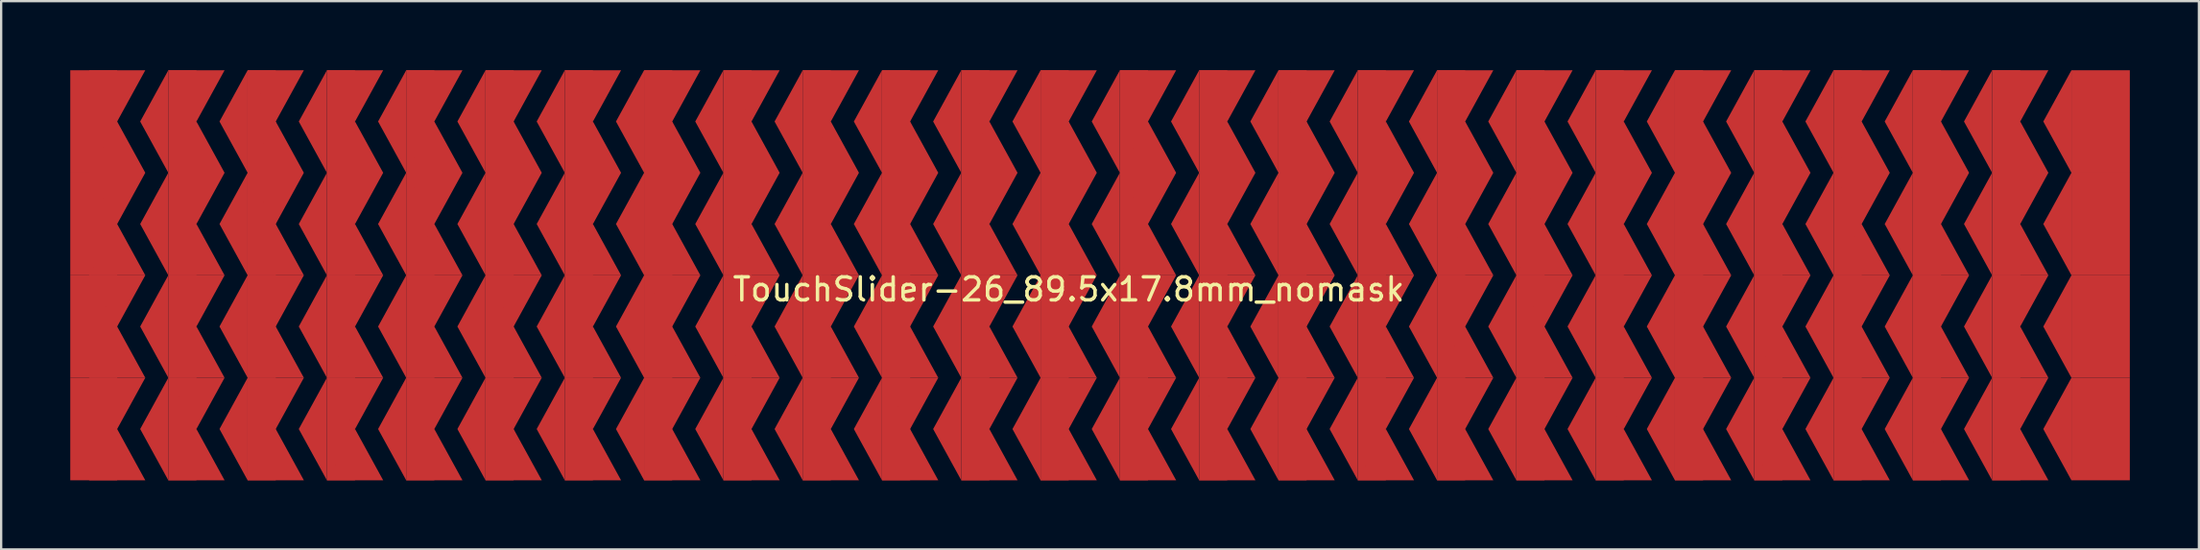
<source format=kicad_pcb>
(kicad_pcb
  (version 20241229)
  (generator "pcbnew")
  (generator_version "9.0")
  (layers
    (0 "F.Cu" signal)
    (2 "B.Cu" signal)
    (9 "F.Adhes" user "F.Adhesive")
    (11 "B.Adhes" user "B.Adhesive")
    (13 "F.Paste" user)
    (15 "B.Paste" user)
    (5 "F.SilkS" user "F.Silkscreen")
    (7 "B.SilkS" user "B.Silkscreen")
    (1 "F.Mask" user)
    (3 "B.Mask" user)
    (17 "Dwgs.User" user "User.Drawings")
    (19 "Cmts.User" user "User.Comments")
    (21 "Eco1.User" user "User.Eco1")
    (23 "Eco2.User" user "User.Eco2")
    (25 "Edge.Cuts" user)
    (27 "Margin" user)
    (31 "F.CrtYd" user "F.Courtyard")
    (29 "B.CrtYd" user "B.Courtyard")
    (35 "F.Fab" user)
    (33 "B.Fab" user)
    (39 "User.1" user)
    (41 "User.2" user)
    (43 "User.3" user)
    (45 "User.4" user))
  (footprint "TouchSlider-26_89.5x17.8mm_nomask"
    (layer "F.Cu")
    (at 44.454 8.9)
    (property "Reference" "TouchSlider-26_89.5x17.8mm_nomask" (at -1.111 0.613 0) (unlocked yes) (layer "F.SilkS") (effects (font (size 1 1) (thickness 0.15))))
    (attr smd)
    (pad "1" smd rect (at -43.436 -6.675) (size 2.035 4.45) (layers "F.Cu"))
    (pad "1" smd rect (at -43.436 -2.225) (size 2.035 4.45) (layers "F.Cu"))
    (pad "1" smd rect (at -43.436 2.225) (size 2.035 4.45) (layers "F.Cu"))
    (pad "1" smd rect (at -43.436 6.675) (size 2.035 4.45) (layers "F.Cu"))
    (pad "1" smd trapezoid (at -42.418 -7.787) (size 1.221 2.225) (rect_delta 0 -1.221) (layers "F.Cu"))
    (pad "1" smd trapezoid (at -42.418 -5.562) (size 1.221 2.225) (rect_delta 0 1.221) (layers "F.Cu"))
    (pad "1" smd trapezoid (at -42.418 -3.337) (size 1.221 2.225) (rect_delta 0 -1.221) (layers "F.Cu"))
    (pad "1" smd trapezoid (at -42.418 -1.113) (size 1.221 2.225) (rect_delta 0 1.221) (layers "F.Cu"))
    (pad "1" smd trapezoid (at -42.418 1.113) (size 1.221 2.225) (rect_delta 0 -1.221) (layers "F.Cu"))
    (pad "1" smd trapezoid (at -42.418 3.337) (size 1.221 2.225) (rect_delta 0 1.221) (layers "F.Cu"))
    (pad "1" smd trapezoid (at -42.418 5.562) (size 1.221 2.225) (rect_delta 0 -1.221) (layers "F.Cu"))
    (pad "1" smd trapezoid (at -42.418 7.787) (size 1.221 2.225) (rect_delta 0 1.221) (layers "F.Cu"))
    (pad "2" smd trapezoid (at -40.808 -6.675) (size 1.221 2.225) (rect_delta -2.225 0) (layers "F.Cu"))
    (pad "2" smd trapezoid (at -40.808 -2.225) (size 1.221 2.225) (rect_delta -2.225 0) (layers "F.Cu"))
    (pad "2" smd trapezoid (at -40.808 2.225) (size 1.221 2.225) (rect_delta -2.225 0) (layers "F.Cu"))
    (pad "2" smd trapezoid (at -40.808 6.675) (size 1.221 2.225) (rect_delta -2.225 0) (layers "F.Cu"))
    (pad "2" smd rect (at -39.587 -6.675) (size 1.221 4.45) (layers "F.Cu"))
    (pad "2" smd rect (at -39.587 -2.225) (size 1.221 4.45) (layers "F.Cu"))
    (pad "2" smd rect (at -39.587 2.225) (size 1.221 4.45) (layers "F.Cu"))
    (pad "2" smd rect (at -39.587 6.675) (size 1.221 4.45) (layers "F.Cu"))
    (pad "2" smd trapezoid (at -38.976 -7.787) (size 1.221 2.225) (rect_delta 0 -1.221) (layers "F.Cu"))
    (pad "2" smd trapezoid (at -38.976 -5.562) (size 1.221 2.225) (rect_delta 0 1.221) (layers "F.Cu"))
    (pad "2" smd trapezoid (at -38.976 -3.337) (size 1.221 2.225) (rect_delta 0 -1.221) (layers "F.Cu"))
    (pad "2" smd trapezoid (at -38.976 -1.113) (size 1.221 2.225) (rect_delta 0 1.221) (layers "F.Cu"))
    (pad "2" smd trapezoid (at -38.976 1.113) (size 1.221 2.225) (rect_delta 0 -1.221) (layers "F.Cu"))
    (pad "2" smd trapezoid (at -38.976 3.337) (size 1.221 2.225) (rect_delta 0 1.221) (layers "F.Cu"))
    (pad "2" smd trapezoid (at -38.976 5.562) (size 1.221 2.225) (rect_delta 0 -1.221) (layers "F.Cu"))
    (pad "2" smd trapezoid (at -38.976 7.787) (size 1.221 2.225) (rect_delta 0 1.221) (layers "F.Cu"))
    (pad "3" smd trapezoid (at -37.365 -6.675) (size 1.221 2.225) (rect_delta -2.225 0) (layers "F.Cu"))
    (pad "3" smd trapezoid (at -37.365 -2.225) (size 1.221 2.225) (rect_delta -2.225 0) (layers "F.Cu"))
    (pad "3" smd trapezoid (at -37.365 2.225) (size 1.221 2.225) (rect_delta -2.225 0) (layers "F.Cu"))
    (pad "3" smd trapezoid (at -37.365 6.675) (size 1.221 2.225) (rect_delta -2.225 0) (layers "F.Cu"))
    (pad "3" smd rect (at -36.144 -6.675) (size 1.221 4.45) (layers "F.Cu"))
    (pad "3" smd rect (at -36.144 -2.225) (size 1.221 4.45) (layers "F.Cu"))
    (pad "3" smd rect (at -36.144 2.225) (size 1.221 4.45) (layers "F.Cu"))
    (pad "3" smd rect (at -36.144 6.675) (size 1.221 4.45) (layers "F.Cu"))
    (pad "3" smd trapezoid (at -35.534 -7.787) (size 1.221 2.225) (rect_delta 0 -1.221) (layers "F.Cu"))
    (pad "3" smd trapezoid (at -35.534 -5.562) (size 1.221 2.225) (rect_delta 0 1.221) (layers "F.Cu"))
    (pad "3" smd trapezoid (at -35.534 -3.337) (size 1.221 2.225) (rect_delta 0 -1.221) (layers "F.Cu"))
    (pad "3" smd trapezoid (at -35.534 -1.113) (size 1.221 2.225) (rect_delta 0 1.221) (layers "F.Cu"))
    (pad "3" smd trapezoid (at -35.534 1.113) (size 1.221 2.225) (rect_delta 0 -1.221) (layers "F.Cu"))
    (pad "3" smd trapezoid (at -35.534 3.337) (size 1.221 2.225) (rect_delta 0 1.221) (layers "F.Cu"))
    (pad "3" smd trapezoid (at -35.534 5.562) (size 1.221 2.225) (rect_delta 0 -1.221) (layers "F.Cu"))
    (pad "3" smd trapezoid (at -35.534 7.787) (size 1.221 2.225) (rect_delta 0 1.221) (layers "F.Cu"))
    (pad "4" smd trapezoid (at -33.923 -6.675) (size 1.221 2.225) (rect_delta -2.225 0) (layers "F.Cu"))
    (pad "4" smd trapezoid (at -33.923 -2.225) (size 1.221 2.225) (rect_delta -2.225 0) (layers "F.Cu"))
    (pad "4" smd trapezoid (at -33.923 2.225) (size 1.221 2.225) (rect_delta -2.225 0) (layers "F.Cu"))
    (pad "4" smd trapezoid (at -33.923 6.675) (size 1.221 2.225) (rect_delta -2.225 0) (layers "F.Cu"))
    (pad "4" smd rect (at -32.702 -6.675) (size 1.221 4.45) (layers "F.Cu"))
    (pad "4" smd rect (at -32.702 -2.225) (size 1.221 4.45) (layers "F.Cu"))
    (pad "4" smd rect (at -32.702 2.225) (size 1.221 4.45) (layers "F.Cu"))
    (pad "4" smd rect (at -32.702 6.675) (size 1.221 4.45) (layers "F.Cu"))
    (pad "4" smd trapezoid (at -32.091 -7.787) (size 1.221 2.225) (rect_delta 0 -1.221) (layers "F.Cu"))
    (pad "4" smd trapezoid (at -32.091 -5.562) (size 1.221 2.225) (rect_delta 0 1.221) (layers "F.Cu"))
    (pad "4" smd trapezoid (at -32.091 -3.337) (size 1.221 2.225) (rect_delta 0 -1.221) (layers "F.Cu"))
    (pad "4" smd trapezoid (at -32.091 -1.113) (size 1.221 2.225) (rect_delta 0 1.221) (layers "F.Cu"))
    (pad "4" smd trapezoid (at -32.091 1.113) (size 1.221 2.225) (rect_delta 0 -1.221) (layers "F.Cu"))
    (pad "4" smd trapezoid (at -32.091 3.337) (size 1.221 2.225) (rect_delta 0 1.221) (layers "F.Cu"))
    (pad "4" smd trapezoid (at -32.091 5.562) (size 1.221 2.225) (rect_delta 0 -1.221) (layers "F.Cu"))
    (pad "4" smd trapezoid (at -32.091 7.787) (size 1.221 2.225) (rect_delta 0 1.221) (layers "F.Cu"))
    (pad "5" smd trapezoid (at -30.481 -6.675) (size 1.221 2.225) (rect_delta -2.225 0) (layers "F.Cu"))
    (pad "5" smd trapezoid (at -30.481 -2.225) (size 1.221 2.225) (rect_delta -2.225 0) (layers "F.Cu"))
    (pad "5" smd trapezoid (at -30.481 2.225) (size 1.221 2.225) (rect_delta -2.225 0) (layers "F.Cu"))
    (pad "5" smd trapezoid (at -30.481 6.675) (size 1.221 2.225) (rect_delta -2.225 0) (layers "F.Cu"))
    (pad "5" smd rect (at -29.26 -6.675) (size 1.221 4.45) (layers "F.Cu"))
    (pad "5" smd rect (at -29.26 -2.225) (size 1.221 4.45) (layers "F.Cu"))
    (pad "5" smd rect (at -29.26 2.225) (size 1.221 4.45) (layers "F.Cu"))
    (pad "5" smd rect (at -29.26 6.675) (size 1.221 4.45) (layers "F.Cu"))
    (pad "5" smd trapezoid (at -28.649 -7.787) (size 1.221 2.225) (rect_delta 0 -1.221) (layers "F.Cu"))
    (pad "5" smd trapezoid (at -28.649 -5.562) (size 1.221 2.225) (rect_delta 0 1.221) (layers "F.Cu"))
    (pad "5" smd trapezoid (at -28.649 -3.337) (size 1.221 2.225) (rect_delta 0 -1.221) (layers "F.Cu"))
    (pad "5" smd trapezoid (at -28.649 -1.113) (size 1.221 2.225) (rect_delta 0 1.221) (layers "F.Cu"))
    (pad "5" smd trapezoid (at -28.649 1.113) (size 1.221 2.225) (rect_delta 0 -1.221) (layers "F.Cu"))
    (pad "5" smd trapezoid (at -28.649 3.337) (size 1.221 2.225) (rect_delta 0 1.221) (layers "F.Cu"))
    (pad "5" smd trapezoid (at -28.649 5.562) (size 1.221 2.225) (rect_delta 0 -1.221) (layers "F.Cu"))
    (pad "5" smd trapezoid (at -28.649 7.787) (size 1.221 2.225) (rect_delta 0 1.221) (layers "F.Cu"))
    (pad "6" smd trapezoid (at -27.038 -6.675) (size 1.221 2.225) (rect_delta -2.225 0) (layers "F.Cu"))
    (pad "6" smd trapezoid (at -27.038 -2.225) (size 1.221 2.225) (rect_delta -2.225 0) (layers "F.Cu"))
    (pad "6" smd trapezoid (at -27.038 2.225) (size 1.221 2.225) (rect_delta -2.225 0) (layers "F.Cu"))
    (pad "6" smd trapezoid (at -27.038 6.675) (size 1.221 2.225) (rect_delta -2.225 0) (layers "F.Cu"))
    (pad "6" smd rect (at -25.817 -6.675) (size 1.221 4.45) (layers "F.Cu"))
    (pad "6" smd rect (at -25.817 -2.225) (size 1.221 4.45) (layers "F.Cu"))
    (pad "6" smd rect (at -25.817 2.225) (size 1.221 4.45) (layers "F.Cu"))
    (pad "6" smd rect (at -25.817 6.675) (size 1.221 4.45) (layers "F.Cu"))
    (pad "6" smd trapezoid (at -25.207 -7.787) (size 1.221 2.225) (rect_delta 0 -1.221) (layers "F.Cu"))
    (pad "6" smd trapezoid (at -25.207 -5.562) (size 1.221 2.225) (rect_delta 0 1.221) (layers "F.Cu"))
    (pad "6" smd trapezoid (at -25.207 -3.337) (size 1.221 2.225) (rect_delta 0 -1.221) (layers "F.Cu"))
    (pad "6" smd trapezoid (at -25.207 -1.113) (size 1.221 2.225) (rect_delta 0 1.221) (layers "F.Cu"))
    (pad "6" smd trapezoid (at -25.207 1.113) (size 1.221 2.225) (rect_delta 0 -1.221) (layers "F.Cu"))
    (pad "6" smd trapezoid (at -25.207 3.337) (size 1.221 2.225) (rect_delta 0 1.221) (layers "F.Cu"))
    (pad "6" smd trapezoid (at -25.207 5.562) (size 1.221 2.225) (rect_delta 0 -1.221) (layers "F.Cu"))
    (pad "6" smd trapezoid (at -25.207 7.787) (size 1.221 2.225) (rect_delta 0 1.221) (layers "F.Cu"))
    (pad "7" smd trapezoid (at -23.596 -6.675) (size 1.221 2.225) (rect_delta -2.225 0) (layers "F.Cu"))
    (pad "7" smd trapezoid (at -23.596 -2.225) (size 1.221 2.225) (rect_delta -2.225 0) (layers "F.Cu"))
    (pad "7" smd trapezoid (at -23.596 2.225) (size 1.221 2.225) (rect_delta -2.225 0) (layers "F.Cu"))
    (pad "7" smd trapezoid (at -23.596 6.675) (size 1.221 2.225) (rect_delta -2.225 0) (layers "F.Cu"))
    (pad "7" smd rect (at -22.375 -6.675) (size 1.221 4.45) (layers "F.Cu"))
    (pad "7" smd rect (at -22.375 -2.225) (size 1.221 4.45) (layers "F.Cu"))
    (pad "7" smd rect (at -22.375 2.225) (size 1.221 4.45) (layers "F.Cu"))
    (pad "7" smd rect (at -22.375 6.675) (size 1.221 4.45) (layers "F.Cu"))
    (pad "7" smd trapezoid (at -21.764 -7.787) (size 1.221 2.225) (rect_delta 0 -1.221) (layers "F.Cu"))
    (pad "7" smd trapezoid (at -21.764 -5.562) (size 1.221 2.225) (rect_delta 0 1.221) (layers "F.Cu"))
    (pad "7" smd trapezoid (at -21.764 -3.337) (size 1.221 2.225) (rect_delta 0 -1.221) (layers "F.Cu"))
    (pad "7" smd trapezoid (at -21.764 -1.113) (size 1.221 2.225) (rect_delta 0 1.221) (layers "F.Cu"))
    (pad "7" smd trapezoid (at -21.764 1.113) (size 1.221 2.225) (rect_delta 0 -1.221) (layers "F.Cu"))
    (pad "7" smd trapezoid (at -21.764 3.337) (size 1.221 2.225) (rect_delta 0 1.221) (layers "F.Cu"))
    (pad "7" smd trapezoid (at -21.764 5.562) (size 1.221 2.225) (rect_delta 0 -1.221) (layers "F.Cu"))
    (pad "7" smd trapezoid (at -21.764 7.787) (size 1.221 2.225) (rect_delta 0 1.221) (layers "F.Cu"))
    (pad "8" smd trapezoid (at -20.154 -6.675) (size 1.221 2.225) (rect_delta -2.225 0) (layers "F.Cu"))
    (pad "8" smd trapezoid (at -20.154 -2.225) (size 1.221 2.225) (rect_delta -2.225 0) (layers "F.Cu"))
    (pad "8" smd trapezoid (at -20.154 2.225) (size 1.221 2.225) (rect_delta -2.225 0) (layers "F.Cu"))
    (pad "8" smd trapezoid (at -20.154 6.675) (size 1.221 2.225) (rect_delta -2.225 0) (layers "F.Cu"))
    (pad "8" smd rect (at -18.933 -6.675) (size 1.221 4.45) (layers "F.Cu"))
    (pad "8" smd rect (at -18.933 -2.225) (size 1.221 4.45) (layers "F.Cu"))
    (pad "8" smd rect (at -18.933 2.225) (size 1.221 4.45) (layers "F.Cu"))
    (pad "8" smd rect (at -18.933 6.675) (size 1.221 4.45) (layers "F.Cu"))
    (pad "8" smd trapezoid (at -18.322 -7.787) (size 1.221 2.225) (rect_delta 0 -1.221) (layers "F.Cu"))
    (pad "8" smd trapezoid (at -18.322 -5.562) (size 1.221 2.225) (rect_delta 0 1.221) (layers "F.Cu"))
    (pad "8" smd trapezoid (at -18.322 -3.337) (size 1.221 2.225) (rect_delta 0 -1.221) (layers "F.Cu"))
    (pad "8" smd trapezoid (at -18.322 -1.113) (size 1.221 2.225) (rect_delta 0 1.221) (layers "F.Cu"))
    (pad "8" smd trapezoid (at -18.322 1.113) (size 1.221 2.225) (rect_delta 0 -1.221) (layers "F.Cu"))
    (pad "8" smd trapezoid (at -18.322 3.337) (size 1.221 2.225) (rect_delta 0 1.221) (layers "F.Cu"))
    (pad "8" smd trapezoid (at -18.322 5.562) (size 1.221 2.225) (rect_delta 0 -1.221) (layers "F.Cu"))
    (pad "8" smd trapezoid (at -18.322 7.787) (size 1.221 2.225) (rect_delta 0 1.221) (layers "F.Cu"))
    (pad "9" smd trapezoid (at -16.712 -6.675) (size 1.221 2.225) (rect_delta -2.225 0) (layers "F.Cu"))
    (pad "9" smd trapezoid (at -16.712 -2.225) (size 1.221 2.225) (rect_delta -2.225 0) (layers "F.Cu"))
    (pad "9" smd trapezoid (at -16.712 2.225) (size 1.221 2.225) (rect_delta -2.225 0) (layers "F.Cu"))
    (pad "9" smd trapezoid (at -16.712 6.675) (size 1.221 2.225) (rect_delta -2.225 0) (layers "F.Cu"))
    (pad "9" smd rect (at -15.49 -6.675) (size 1.221 4.45) (layers "F.Cu"))
    (pad "9" smd rect (at -15.49 -2.225) (size 1.221 4.45) (layers "F.Cu"))
    (pad "9" smd rect (at -15.49 2.225) (size 1.221 4.45) (layers "F.Cu"))
    (pad "9" smd rect (at -15.49 6.675) (size 1.221 4.45) (layers "F.Cu"))
    (pad "9" smd trapezoid (at -14.88 -7.787) (size 1.221 2.225) (rect_delta 0 -1.221) (layers "F.Cu"))
    (pad "9" smd trapezoid (at -14.88 -5.562) (size 1.221 2.225) (rect_delta 0 1.221) (layers "F.Cu"))
    (pad "9" smd trapezoid (at -14.88 -3.337) (size 1.221 2.225) (rect_delta 0 -1.221) (layers "F.Cu"))
    (pad "9" smd trapezoid (at -14.88 -1.113) (size 1.221 2.225) (rect_delta 0 1.221) (layers "F.Cu"))
    (pad "9" smd trapezoid (at -14.88 1.113) (size 1.221 2.225) (rect_delta 0 -1.221) (layers "F.Cu"))
    (pad "9" smd trapezoid (at -14.88 3.337) (size 1.221 2.225) (rect_delta 0 1.221) (layers "F.Cu"))
    (pad "9" smd trapezoid (at -14.88 5.562) (size 1.221 2.225) (rect_delta 0 -1.221) (layers "F.Cu"))
    (pad "9" smd trapezoid (at -14.88 7.787) (size 1.221 2.225) (rect_delta 0 1.221) (layers "F.Cu"))
    (pad "10" smd trapezoid (at -13.269 -6.675) (size 1.221 2.225) (rect_delta -2.225 0) (layers "F.Cu"))
    (pad "10" smd trapezoid (at -13.269 -2.225) (size 1.221 2.225) (rect_delta -2.225 0) (layers "F.Cu"))
    (pad "10" smd trapezoid (at -13.269 2.225) (size 1.221 2.225) (rect_delta -2.225 0) (layers "F.Cu"))
    (pad "10" smd trapezoid (at -13.269 6.675) (size 1.221 2.225) (rect_delta -2.225 0) (layers "F.Cu"))
    (pad "10" smd rect (at -12.048 -6.675) (size 1.221 4.45) (layers "F.Cu"))
    (pad "10" smd rect (at -12.048 -2.225) (size 1.221 4.45) (layers "F.Cu"))
    (pad "10" smd rect (at -12.048 2.225) (size 1.221 4.45) (layers "F.Cu"))
    (pad "10" smd rect (at -12.048 6.675) (size 1.221 4.45) (layers "F.Cu"))
    (pad "10" smd trapezoid (at -11.437 -7.787) (size 1.221 2.225) (rect_delta 0 -1.221) (layers "F.Cu"))
    (pad "10" smd trapezoid (at -11.437 -5.562) (size 1.221 2.225) (rect_delta 0 1.221) (layers "F.Cu"))
    (pad "10" smd trapezoid (at -11.437 -3.337) (size 1.221 2.225) (rect_delta 0 -1.221) (layers "F.Cu"))
    (pad "10" smd trapezoid (at -11.437 -1.113) (size 1.221 2.225) (rect_delta 0 1.221) (layers "F.Cu"))
    (pad "10" smd trapezoid (at -11.437 1.113) (size 1.221 2.225) (rect_delta 0 -1.221) (layers "F.Cu"))
    (pad "10" smd trapezoid (at -11.437 3.337) (size 1.221 2.225) (rect_delta 0 1.221) (layers "F.Cu"))
    (pad "10" smd trapezoid (at -11.437 5.562) (size 1.221 2.225) (rect_delta 0 -1.221) (layers "F.Cu"))
    (pad "10" smd trapezoid (at -11.437 7.787) (size 1.221 2.225) (rect_delta 0 1.221) (layers "F.Cu"))
    (pad "11" smd trapezoid (at -9.827 -6.675) (size 1.221 2.225) (rect_delta -2.225 0) (layers "F.Cu"))
    (pad "11" smd trapezoid (at -9.827 -2.225) (size 1.221 2.225) (rect_delta -2.225 0) (layers "F.Cu"))
    (pad "11" smd trapezoid (at -9.827 2.225) (size 1.221 2.225) (rect_delta -2.225 0) (layers "F.Cu"))
    (pad "11" smd trapezoid (at -9.827 6.675) (size 1.221 2.225) (rect_delta -2.225 0) (layers "F.Cu"))
    (pad "11" smd rect (at -8.606 -6.675) (size 1.221 4.45) (layers "F.Cu"))
    (pad "11" smd rect (at -8.606 -2.225) (size 1.221 4.45) (layers "F.Cu"))
    (pad "11" smd rect (at -8.606 2.225) (size 1.221 4.45) (layers "F.Cu"))
    (pad "11" smd rect (at -8.606 6.675) (size 1.221 4.45) (layers "F.Cu"))
    (pad "11" smd trapezoid (at -7.995 -7.787) (size 1.221 2.225) (rect_delta 0 -1.221) (layers "F.Cu"))
    (pad "11" smd trapezoid (at -7.995 -5.562) (size 1.221 2.225) (rect_delta 0 1.221) (layers "F.Cu"))
    (pad "11" smd trapezoid (at -7.995 -3.337) (size 1.221 2.225) (rect_delta 0 -1.221) (layers "F.Cu"))
    (pad "11" smd trapezoid (at -7.995 -1.113) (size 1.221 2.225) (rect_delta 0 1.221) (layers "F.Cu"))
    (pad "11" smd trapezoid (at -7.995 1.113) (size 1.221 2.225) (rect_delta 0 -1.221) (layers "F.Cu"))
    (pad "11" smd trapezoid (at -7.995 3.337) (size 1.221 2.225) (rect_delta 0 1.221) (layers "F.Cu"))
    (pad "11" smd trapezoid (at -7.995 5.562) (size 1.221 2.225) (rect_delta 0 -1.221) (layers "F.Cu"))
    (pad "11" smd trapezoid (at -7.995 7.787) (size 1.221 2.225) (rect_delta 0 1.221) (layers "F.Cu"))
    (pad "12" smd trapezoid (at -6.385 -6.675) (size 1.221 2.225) (rect_delta -2.225 0) (layers "F.Cu"))
    (pad "12" smd trapezoid (at -6.385 -2.225) (size 1.221 2.225) (rect_delta -2.225 0) (layers "F.Cu"))
    (pad "12" smd trapezoid (at -6.385 2.225) (size 1.221 2.225) (rect_delta -2.225 0) (layers "F.Cu"))
    (pad "12" smd trapezoid (at -6.385 6.675) (size 1.221 2.225) (rect_delta -2.225 0) (layers "F.Cu"))
    (pad "12" smd rect (at -5.163 -6.675) (size 1.221 4.45) (layers "F.Cu"))
    (pad "12" smd rect (at -5.163 -2.225) (size 1.221 4.45) (layers "F.Cu"))
    (pad "12" smd rect (at -5.163 2.225) (size 1.221 4.45) (layers "F.Cu"))
    (pad "12" smd rect (at -5.163 6.675) (size 1.221 4.45) (layers "F.Cu"))
    (pad "12" smd trapezoid (at -4.553 -7.787) (size 1.221 2.225) (rect_delta 0 -1.221) (layers "F.Cu"))
    (pad "12" smd trapezoid (at -4.553 -5.562) (size 1.221 2.225) (rect_delta 0 1.221) (layers "F.Cu"))
    (pad "12" smd trapezoid (at -4.553 -3.337) (size 1.221 2.225) (rect_delta 0 -1.221) (layers "F.Cu"))
    (pad "12" smd trapezoid (at -4.553 -1.113) (size 1.221 2.225) (rect_delta 0 1.221) (layers "F.Cu"))
    (pad "12" smd trapezoid (at -4.553 1.113) (size 1.221 2.225) (rect_delta 0 -1.221) (layers "F.Cu"))
    (pad "12" smd trapezoid (at -4.553 3.337) (size 1.221 2.225) (rect_delta 0 1.221) (layers "F.Cu"))
    (pad "12" smd trapezoid (at -4.553 5.562) (size 1.221 2.225) (rect_delta 0 -1.221) (layers "F.Cu"))
    (pad "12" smd trapezoid (at -4.553 7.787) (size 1.221 2.225) (rect_delta 0 1.221) (layers "F.Cu"))
    (pad "13" smd trapezoid (at -2.942 -6.675) (size 1.221 2.225) (rect_delta -2.225 0) (layers "F.Cu"))
    (pad "13" smd trapezoid (at -2.942 -2.225) (size 1.221 2.225) (rect_delta -2.225 0) (layers "F.Cu"))
    (pad "13" smd trapezoid (at -2.942 2.225) (size 1.221 2.225) (rect_delta -2.225 0) (layers "F.Cu"))
    (pad "13" smd trapezoid (at -2.942 6.675) (size 1.221 2.225) (rect_delta -2.225 0) (layers "F.Cu"))
    (pad "13" smd rect (at -1.721 -6.675) (size 1.221 4.45) (layers "F.Cu"))
    (pad "13" smd rect (at -1.721 -2.225) (size 1.221 4.45) (layers "F.Cu"))
    (pad "13" smd rect (at -1.721 2.225) (size 1.221 4.45) (layers "F.Cu"))
    (pad "13" smd rect (at -1.721 6.675) (size 1.221 4.45) (layers "F.Cu"))
    (pad "13" smd trapezoid (at -1.111 -7.787) (size 1.221 2.225) (rect_delta 0 -1.221) (layers "F.Cu"))
    (pad "13" smd trapezoid (at -1.111 -5.562) (size 1.221 2.225) (rect_delta 0 1.221) (layers "F.Cu"))
    (pad "13" smd trapezoid (at -1.111 -3.337) (size 1.221 2.225) (rect_delta 0 -1.221) (layers "F.Cu"))
    (pad "13" smd trapezoid (at -1.111 -1.113) (size 1.221 2.225) (rect_delta 0 1.221) (layers "F.Cu"))
    (pad "13" smd trapezoid (at -1.111 1.113) (size 1.221 2.225) (rect_delta 0 -1.221) (layers "F.Cu"))
    (pad "13" smd trapezoid (at -1.111 3.337) (size 1.221 2.225) (rect_delta 0 1.221) (layers "F.Cu"))
    (pad "13" smd trapezoid (at -1.111 5.562) (size 1.221 2.225) (rect_delta 0 -1.221) (layers "F.Cu"))
    (pad "13" smd trapezoid (at -1.111 7.787) (size 1.221 2.225) (rect_delta 0 1.221) (layers "F.Cu"))
    (pad "14" smd trapezoid (at 0.5 -6.675) (size 1.221 2.225) (rect_delta -2.225 0) (layers "F.Cu"))
    (pad "14" smd trapezoid (at 0.5 -2.225) (size 1.221 2.225) (rect_delta -2.225 0) (layers "F.Cu"))
    (pad "14" smd trapezoid (at 0.5 2.225) (size 1.221 2.225) (rect_delta -2.225 0) (layers "F.Cu"))
    (pad "14" smd trapezoid (at 0.5 6.675) (size 1.221 2.225) (rect_delta -2.225 0) (layers "F.Cu"))
    (pad "14" smd rect (at 1.721 -6.675) (size 1.221 4.45) (layers "F.Cu"))
    (pad "14" smd rect (at 1.721 -2.225) (size 1.221 4.45) (layers "F.Cu"))
    (pad "14" smd rect (at 1.721 2.225) (size 1.221 4.45) (layers "F.Cu"))
    (pad "14" smd rect (at 1.721 6.675) (size 1.221 4.45) (layers "F.Cu"))
    (pad "14" smd trapezoid (at 2.332 -7.787) (size 1.221 2.225) (rect_delta 0 -1.221) (layers "F.Cu"))
    (pad "14" smd trapezoid (at 2.332 -5.562) (size 1.221 2.225) (rect_delta 0 1.221) (layers "F.Cu"))
    (pad "14" smd trapezoid (at 2.332 -3.337) (size 1.221 2.225) (rect_delta 0 -1.221) (layers "F.Cu"))
    (pad "14" smd trapezoid (at 2.332 -1.113) (size 1.221 2.225) (rect_delta 0 1.221) (layers "F.Cu"))
    (pad "14" smd trapezoid (at 2.332 1.113) (size 1.221 2.225) (rect_delta 0 -1.221) (layers "F.Cu"))
    (pad "14" smd trapezoid (at 2.332 3.337) (size 1.221 2.225) (rect_delta 0 1.221) (layers "F.Cu"))
    (pad "14" smd trapezoid (at 2.332 5.562) (size 1.221 2.225) (rect_delta 0 -1.221) (layers "F.Cu"))
    (pad "14" smd trapezoid (at 2.332 7.787) (size 1.221 2.225) (rect_delta 0 1.221) (layers "F.Cu"))
    (pad "15" smd trapezoid (at 3.942 -6.675) (size 1.221 2.225) (rect_delta -2.225 0) (layers "F.Cu"))
    (pad "15" smd trapezoid (at 3.942 -2.225) (size 1.221 2.225) (rect_delta -2.225 0) (layers "F.Cu"))
    (pad "15" smd trapezoid (at 3.942 2.225) (size 1.221 2.225) (rect_delta -2.225 0) (layers "F.Cu"))
    (pad "15" smd trapezoid (at 3.942 6.675) (size 1.221 2.225) (rect_delta -2.225 0) (layers "F.Cu"))
    (pad "15" smd rect (at 5.163 -6.675) (size 1.221 4.45) (layers "F.Cu"))
    (pad "15" smd rect (at 5.163 -2.225) (size 1.221 4.45) (layers "F.Cu"))
    (pad "15" smd rect (at 5.163 2.225) (size 1.221 4.45) (layers "F.Cu"))
    (pad "15" smd rect (at 5.163 6.675) (size 1.221 4.45) (layers "F.Cu"))
    (pad "15" smd trapezoid (at 5.774 -7.787) (size 1.221 2.225) (rect_delta 0 -1.221) (layers "F.Cu"))
    (pad "15" smd trapezoid (at 5.774 -5.562) (size 1.221 2.225) (rect_delta 0 1.221) (layers "F.Cu"))
    (pad "15" smd trapezoid (at 5.774 -3.337) (size 1.221 2.225) (rect_delta 0 -1.221) (layers "F.Cu"))
    (pad "15" smd trapezoid (at 5.774 -1.113) (size 1.221 2.225) (rect_delta 0 1.221) (layers "F.Cu"))
    (pad "15" smd trapezoid (at 5.774 1.113) (size 1.221 2.225) (rect_delta 0 -1.221) (layers "F.Cu"))
    (pad "15" smd trapezoid (at 5.774 3.337) (size 1.221 2.225) (rect_delta 0 1.221) (layers "F.Cu"))
    (pad "15" smd trapezoid (at 5.774 5.562) (size 1.221 2.225) (rect_delta 0 -1.221) (layers "F.Cu"))
    (pad "15" smd trapezoid (at 5.774 7.787) (size 1.221 2.225) (rect_delta 0 1.221) (layers "F.Cu"))
    (pad "16" smd trapezoid (at 7.385 -6.675) (size 1.221 2.225) (rect_delta -2.225 0) (layers "F.Cu"))
    (pad "16" smd trapezoid (at 7.385 -2.225) (size 1.221 2.225) (rect_delta -2.225 0) (layers "F.Cu"))
    (pad "16" smd trapezoid (at 7.385 2.225) (size 1.221 2.225) (rect_delta -2.225 0) (layers "F.Cu"))
    (pad "16" smd trapezoid (at 7.385 6.675) (size 1.221 2.225) (rect_delta -2.225 0) (layers "F.Cu"))
    (pad "16" smd rect (at 8.606 -6.675) (size 1.221 4.45) (layers "F.Cu"))
    (pad "16" smd rect (at 8.606 -2.225) (size 1.221 4.45) (layers "F.Cu"))
    (pad "16" smd rect (at 8.606 2.225) (size 1.221 4.45) (layers "F.Cu"))
    (pad "16" smd rect (at 8.606 6.675) (size 1.221 4.45) (layers "F.Cu"))
    (pad "16" smd trapezoid (at 9.216 -7.787) (size 1.221 2.225) (rect_delta 0 -1.221) (layers "F.Cu"))
    (pad "16" smd trapezoid (at 9.216 -5.562) (size 1.221 2.225) (rect_delta 0 1.221) (layers "F.Cu"))
    (pad "16" smd trapezoid (at 9.216 -3.337) (size 1.221 2.225) (rect_delta 0 -1.221) (layers "F.Cu"))
    (pad "16" smd trapezoid (at 9.216 -1.113) (size 1.221 2.225) (rect_delta 0 1.221) (layers "F.Cu"))
    (pad "16" smd trapezoid (at 9.216 1.113) (size 1.221 2.225) (rect_delta 0 -1.221) (layers "F.Cu"))
    (pad "16" smd trapezoid (at 9.216 3.337) (size 1.221 2.225) (rect_delta 0 1.221) (layers "F.Cu"))
    (pad "16" smd trapezoid (at 9.216 5.562) (size 1.221 2.225) (rect_delta 0 -1.221) (layers "F.Cu"))
    (pad "16" smd trapezoid (at 9.216 7.787) (size 1.221 2.225) (rect_delta 0 1.221) (layers "F.Cu"))
    (pad "17" smd trapezoid (at 10.827 -6.675) (size 1.221 2.225) (rect_delta -2.225 0) (layers "F.Cu"))
    (pad "17" smd trapezoid (at 10.827 -2.225) (size 1.221 2.225) (rect_delta -2.225 0) (layers "F.Cu"))
    (pad "17" smd trapezoid (at 10.827 2.225) (size 1.221 2.225) (rect_delta -2.225 0) (layers "F.Cu"))
    (pad "17" smd trapezoid (at 10.827 6.675) (size 1.221 2.225) (rect_delta -2.225 0) (layers "F.Cu"))
    (pad "17" smd rect (at 12.048 -6.675) (size 1.221 4.45) (layers "F.Cu"))
    (pad "17" smd rect (at 12.048 -2.225) (size 1.221 4.45) (layers "F.Cu"))
    (pad "17" smd rect (at 12.048 2.225) (size 1.221 4.45) (layers "F.Cu"))
    (pad "17" smd rect (at 12.048 6.675) (size 1.221 4.45) (layers "F.Cu"))
    (pad "17" smd trapezoid (at 12.659 -7.787) (size 1.221 2.225) (rect_delta 0 -1.221) (layers "F.Cu"))
    (pad "17" smd trapezoid (at 12.659 -5.562) (size 1.221 2.225) (rect_delta 0 1.221) (layers "F.Cu"))
    (pad "17" smd trapezoid (at 12.659 -3.337) (size 1.221 2.225) (rect_delta 0 -1.221) (layers "F.Cu"))
    (pad "17" smd trapezoid (at 12.659 -1.113) (size 1.221 2.225) (rect_delta 0 1.221) (layers "F.Cu"))
    (pad "17" smd trapezoid (at 12.659 1.113) (size 1.221 2.225) (rect_delta 0 -1.221) (layers "F.Cu"))
    (pad "17" smd trapezoid (at 12.659 3.337) (size 1.221 2.225) (rect_delta 0 1.221) (layers "F.Cu"))
    (pad "17" smd trapezoid (at 12.659 5.562) (size 1.221 2.225) (rect_delta 0 -1.221) (layers "F.Cu"))
    (pad "17" smd trapezoid (at 12.659 7.787) (size 1.221 2.225) (rect_delta 0 1.221) (layers "F.Cu"))
    (pad "18" smd trapezoid (at 14.269 -6.675) (size 1.221 2.225) (rect_delta -2.225 0) (layers "F.Cu"))
    (pad "18" smd trapezoid (at 14.269 -2.225) (size 1.221 2.225) (rect_delta -2.225 0) (layers "F.Cu"))
    (pad "18" smd trapezoid (at 14.269 2.225) (size 1.221 2.225) (rect_delta -2.225 0) (layers "F.Cu"))
    (pad "18" smd trapezoid (at 14.269 6.675) (size 1.221 2.225) (rect_delta -2.225 0) (layers "F.Cu"))
    (pad "18" smd rect (at 15.49 -6.675) (size 1.221 4.45) (layers "F.Cu"))
    (pad "18" smd rect (at 15.49 -2.225) (size 1.221 4.45) (layers "F.Cu"))
    (pad "18" smd rect (at 15.49 2.225) (size 1.221 4.45) (layers "F.Cu"))
    (pad "18" smd rect (at 15.49 6.675) (size 1.221 4.45) (layers "F.Cu"))
    (pad "18" smd trapezoid (at 16.101 -7.787) (size 1.221 2.225) (rect_delta 0 -1.221) (layers "F.Cu"))
    (pad "18" smd trapezoid (at 16.101 -5.562) (size 1.221 2.225) (rect_delta 0 1.221) (layers "F.Cu"))
    (pad "18" smd trapezoid (at 16.101 -3.337) (size 1.221 2.225) (rect_delta 0 -1.221) (layers "F.Cu"))
    (pad "18" smd trapezoid (at 16.101 -1.113) (size 1.221 2.225) (rect_delta 0 1.221) (layers "F.Cu"))
    (pad "18" smd trapezoid (at 16.101 1.113) (size 1.221 2.225) (rect_delta 0 -1.221) (layers "F.Cu"))
    (pad "18" smd trapezoid (at 16.101 3.337) (size 1.221 2.225) (rect_delta 0 1.221) (layers "F.Cu"))
    (pad "18" smd trapezoid (at 16.101 5.562) (size 1.221 2.225) (rect_delta 0 -1.221) (layers "F.Cu"))
    (pad "18" smd trapezoid (at 16.101 7.787) (size 1.221 2.225) (rect_delta 0 1.221) (layers "F.Cu"))
    (pad "19" smd trapezoid (at 17.712 -6.675) (size 1.221 2.225) (rect_delta -2.225 0) (layers "F.Cu"))
    (pad "19" smd trapezoid (at 17.712 -2.225) (size 1.221 2.225) (rect_delta -2.225 0) (layers "F.Cu"))
    (pad "19" smd trapezoid (at 17.712 2.225) (size 1.221 2.225) (rect_delta -2.225 0) (layers "F.Cu"))
    (pad "19" smd trapezoid (at 17.712 6.675) (size 1.221 2.225) (rect_delta -2.225 0) (layers "F.Cu"))
    (pad "19" smd rect (at 18.933 -6.675) (size 1.221 4.45) (layers "F.Cu"))
    (pad "19" smd rect (at 18.933 -2.225) (size 1.221 4.45) (layers "F.Cu"))
    (pad "19" smd rect (at 18.933 2.225) (size 1.221 4.45) (layers "F.Cu"))
    (pad "19" smd rect (at 18.933 6.675) (size 1.221 4.45) (layers "F.Cu"))
    (pad "19" smd trapezoid (at 19.543 -7.787) (size 1.221 2.225) (rect_delta 0 -1.221) (layers "F.Cu"))
    (pad "19" smd trapezoid (at 19.543 -5.562) (size 1.221 2.225) (rect_delta 0 1.221) (layers "F.Cu"))
    (pad "19" smd trapezoid (at 19.543 -3.337) (size 1.221 2.225) (rect_delta 0 -1.221) (layers "F.Cu"))
    (pad "19" smd trapezoid (at 19.543 -1.113) (size 1.221 2.225) (rect_delta 0 1.221) (layers "F.Cu"))
    (pad "19" smd trapezoid (at 19.543 1.113) (size 1.221 2.225) (rect_delta 0 -1.221) (layers "F.Cu"))
    (pad "19" smd trapezoid (at 19.543 3.337) (size 1.221 2.225) (rect_delta 0 1.221) (layers "F.Cu"))
    (pad "19" smd trapezoid (at 19.543 5.562) (size 1.221 2.225) (rect_delta 0 -1.221) (layers "F.Cu"))
    (pad "19" smd trapezoid (at 19.543 7.787) (size 1.221 2.225) (rect_delta 0 1.221) (layers "F.Cu"))
    (pad "20" smd trapezoid (at 21.154 -6.675) (size 1.221 2.225) (rect_delta -2.225 0) (layers "F.Cu"))
    (pad "20" smd trapezoid (at 21.154 -2.225) (size 1.221 2.225) (rect_delta -2.225 0) (layers "F.Cu"))
    (pad "20" smd trapezoid (at 21.154 2.225) (size 1.221 2.225) (rect_delta -2.225 0) (layers "F.Cu"))
    (pad "20" smd trapezoid (at 21.154 6.675) (size 1.221 2.225) (rect_delta -2.225 0) (layers "F.Cu"))
    (pad "20" smd rect (at 22.375 -6.675) (size 1.221 4.45) (layers "F.Cu"))
    (pad "20" smd rect (at 22.375 -2.225) (size 1.221 4.45) (layers "F.Cu"))
    (pad "20" smd rect (at 22.375 2.225) (size 1.221 4.45) (layers "F.Cu"))
    (pad "20" smd rect (at 22.375 6.675) (size 1.221 4.45) (layers "F.Cu"))
    (pad "20" smd trapezoid (at 22.986 -7.787) (size 1.221 2.225) (rect_delta 0 -1.221) (layers "F.Cu"))
    (pad "20" smd trapezoid (at 22.986 -5.562) (size 1.221 2.225) (rect_delta 0 1.221) (layers "F.Cu"))
    (pad "20" smd trapezoid (at 22.986 -3.337) (size 1.221 2.225) (rect_delta 0 -1.221) (layers "F.Cu"))
    (pad "20" smd trapezoid (at 22.986 -1.113) (size 1.221 2.225) (rect_delta 0 1.221) (layers "F.Cu"))
    (pad "20" smd trapezoid (at 22.986 1.113) (size 1.221 2.225) (rect_delta 0 -1.221) (layers "F.Cu"))
    (pad "20" smd trapezoid (at 22.986 3.337) (size 1.221 2.225) (rect_delta 0 1.221) (layers "F.Cu"))
    (pad "20" smd trapezoid (at 22.986 5.562) (size 1.221 2.225) (rect_delta 0 -1.221) (layers "F.Cu"))
    (pad "20" smd trapezoid (at 22.986 7.787) (size 1.221 2.225) (rect_delta 0 1.221) (layers "F.Cu"))
    (pad "21" smd trapezoid (at 24.596 -6.675) (size 1.221 2.225) (rect_delta -2.225 0) (layers "F.Cu"))
    (pad "21" smd trapezoid (at 24.596 -2.225) (size 1.221 2.225) (rect_delta -2.225 0) (layers "F.Cu"))
    (pad "21" smd trapezoid (at 24.596 2.225) (size 1.221 2.225) (rect_delta -2.225 0) (layers "F.Cu"))
    (pad "21" smd trapezoid (at 24.596 6.675) (size 1.221 2.225) (rect_delta -2.225 0) (layers "F.Cu"))
    (pad "21" smd rect (at 25.817 -6.675) (size 1.221 4.45) (layers "F.Cu"))
    (pad "21" smd rect (at 25.817 -2.225) (size 1.221 4.45) (layers "F.Cu"))
    (pad "21" smd rect (at 25.817 2.225) (size 1.221 4.45) (layers "F.Cu"))
    (pad "21" smd rect (at 25.817 6.675) (size 1.221 4.45) (layers "F.Cu"))
    (pad "21" smd trapezoid (at 26.428 -7.787) (size 1.221 2.225) (rect_delta 0 -1.221) (layers "F.Cu"))
    (pad "21" smd trapezoid (at 26.428 -5.562) (size 1.221 2.225) (rect_delta 0 1.221) (layers "F.Cu"))
    (pad "21" smd trapezoid (at 26.428 -3.337) (size 1.221 2.225) (rect_delta 0 -1.221) (layers "F.Cu"))
    (pad "21" smd trapezoid (at 26.428 -1.113) (size 1.221 2.225) (rect_delta 0 1.221) (layers "F.Cu"))
    (pad "21" smd trapezoid (at 26.428 1.113) (size 1.221 2.225) (rect_delta 0 -1.221) (layers "F.Cu"))
    (pad "21" smd trapezoid (at 26.428 3.337) (size 1.221 2.225) (rect_delta 0 1.221) (layers "F.Cu"))
    (pad "21" smd trapezoid (at 26.428 5.562) (size 1.221 2.225) (rect_delta 0 -1.221) (layers "F.Cu"))
    (pad "21" smd trapezoid (at 26.428 7.787) (size 1.221 2.225) (rect_delta 0 1.221) (layers "F.Cu"))
    (pad "22" smd trapezoid (at 28.038 -6.675) (size 1.221 2.225) (rect_delta -2.225 0) (layers "F.Cu"))
    (pad "22" smd trapezoid (at 28.038 -2.225) (size 1.221 2.225) (rect_delta -2.225 0) (layers "F.Cu"))
    (pad "22" smd trapezoid (at 28.038 2.225) (size 1.221 2.225) (rect_delta -2.225 0) (layers "F.Cu"))
    (pad "22" smd trapezoid (at 28.038 6.675) (size 1.221 2.225) (rect_delta -2.225 0) (layers "F.Cu"))
    (pad "22" smd rect (at 29.26 -6.675) (size 1.221 4.45) (layers "F.Cu"))
    (pad "22" smd rect (at 29.26 -2.225) (size 1.221 4.45) (layers "F.Cu"))
    (pad "22" smd rect (at 29.26 2.225) (size 1.221 4.45) (layers "F.Cu"))
    (pad "22" smd rect (at 29.26 6.675) (size 1.221 4.45) (layers "F.Cu"))
    (pad "22" smd trapezoid (at 29.87 -7.787) (size 1.221 2.225) (rect_delta 0 -1.221) (layers "F.Cu"))
    (pad "22" smd trapezoid (at 29.87 -5.562) (size 1.221 2.225) (rect_delta 0 1.221) (layers "F.Cu"))
    (pad "22" smd trapezoid (at 29.87 -3.337) (size 1.221 2.225) (rect_delta 0 -1.221) (layers "F.Cu"))
    (pad "22" smd trapezoid (at 29.87 -1.113) (size 1.221 2.225) (rect_delta 0 1.221) (layers "F.Cu"))
    (pad "22" smd trapezoid (at 29.87 1.113) (size 1.221 2.225) (rect_delta 0 -1.221) (layers "F.Cu"))
    (pad "22" smd trapezoid (at 29.87 3.337) (size 1.221 2.225) (rect_delta 0 1.221) (layers "F.Cu"))
    (pad "22" smd trapezoid (at 29.87 5.562) (size 1.221 2.225) (rect_delta 0 -1.221) (layers "F.Cu"))
    (pad "22" smd trapezoid (at 29.87 7.787) (size 1.221 2.225) (rect_delta 0 1.221) (layers "F.Cu"))
    (pad "23" smd trapezoid (at 31.481 -6.675) (size 1.221 2.225) (rect_delta -2.225 0) (layers "F.Cu"))
    (pad "23" smd trapezoid (at 31.481 -2.225) (size 1.221 2.225) (rect_delta -2.225 0) (layers "F.Cu"))
    (pad "23" smd trapezoid (at 31.481 2.225) (size 1.221 2.225) (rect_delta -2.225 0) (layers "F.Cu"))
    (pad "23" smd trapezoid (at 31.481 6.675) (size 1.221 2.225) (rect_delta -2.225 0) (layers "F.Cu"))
    (pad "23" smd rect (at 32.702 -6.675) (size 1.221 4.45) (layers "F.Cu"))
    (pad "23" smd rect (at 32.702 -2.225) (size 1.221 4.45) (layers "F.Cu"))
    (pad "23" smd rect (at 32.702 2.225) (size 1.221 4.45) (layers "F.Cu"))
    (pad "23" smd rect (at 32.702 6.675) (size 1.221 4.45) (layers "F.Cu"))
    (pad "23" smd trapezoid (at 33.312 -7.787) (size 1.221 2.225) (rect_delta 0 -1.221) (layers "F.Cu"))
    (pad "23" smd trapezoid (at 33.312 -5.562) (size 1.221 2.225) (rect_delta 0 1.221) (layers "F.Cu"))
    (pad "23" smd trapezoid (at 33.312 -3.337) (size 1.221 2.225) (rect_delta 0 -1.221) (layers "F.Cu"))
    (pad "23" smd trapezoid (at 33.312 -1.113) (size 1.221 2.225) (rect_delta 0 1.221) (layers "F.Cu"))
    (pad "23" smd trapezoid (at 33.312 1.113) (size 1.221 2.225) (rect_delta 0 -1.221) (layers "F.Cu"))
    (pad "23" smd trapezoid (at 33.312 3.337) (size 1.221 2.225) (rect_delta 0 1.221) (layers "F.Cu"))
    (pad "23" smd trapezoid (at 33.312 5.562) (size 1.221 2.225) (rect_delta 0 -1.221) (layers "F.Cu"))
    (pad "23" smd trapezoid (at 33.312 7.787) (size 1.221 2.225) (rect_delta 0 1.221) (layers "F.Cu"))
    (pad "24" smd trapezoid (at 34.923 -6.675) (size 1.221 2.225) (rect_delta -2.225 0) (layers "F.Cu"))
    (pad "24" smd trapezoid (at 34.923 -2.225) (size 1.221 2.225) (rect_delta -2.225 0) (layers "F.Cu"))
    (pad "24" smd trapezoid (at 34.923 2.225) (size 1.221 2.225) (rect_delta -2.225 0) (layers "F.Cu"))
    (pad "24" smd trapezoid (at 34.923 6.675) (size 1.221 2.225) (rect_delta -2.225 0) (layers "F.Cu"))
    (pad "24" smd rect (at 36.144 -6.675) (size 1.221 4.45) (layers "F.Cu"))
    (pad "24" smd rect (at 36.144 -2.225) (size 1.221 4.45) (layers "F.Cu"))
    (pad "24" smd rect (at 36.144 2.225) (size 1.221 4.45) (layers "F.Cu"))
    (pad "24" smd rect (at 36.144 6.675) (size 1.221 4.45) (layers "F.Cu"))
    (pad "24" smd trapezoid (at 36.755 -7.787) (size 1.221 2.225) (rect_delta 0 -1.221) (layers "F.Cu"))
    (pad "24" smd trapezoid (at 36.755 -5.562) (size 1.221 2.225) (rect_delta 0 1.221) (layers "F.Cu"))
    (pad "24" smd trapezoid (at 36.755 -3.337) (size 1.221 2.225) (rect_delta 0 -1.221) (layers "F.Cu"))
    (pad "24" smd trapezoid (at 36.755 -1.113) (size 1.221 2.225) (rect_delta 0 1.221) (layers "F.Cu"))
    (pad "24" smd trapezoid (at 36.755 1.113) (size 1.221 2.225) (rect_delta 0 -1.221) (layers "F.Cu"))
    (pad "24" smd trapezoid (at 36.755 3.337) (size 1.221 2.225) (rect_delta 0 1.221) (layers "F.Cu"))
    (pad "24" smd trapezoid (at 36.755 5.562) (size 1.221 2.225) (rect_delta 0 -1.221) (layers "F.Cu"))
    (pad "24" smd trapezoid (at 36.755 7.787) (size 1.221 2.225) (rect_delta 0 1.221) (layers "F.Cu"))
    (pad "25" smd trapezoid (at 38.365 -6.675) (size 1.221 2.225) (rect_delta -2.225 0) (layers "F.Cu"))
    (pad "25" smd trapezoid (at 38.365 -2.225) (size 1.221 2.225) (rect_delta -2.225 0) (layers "F.Cu"))
    (pad "25" smd trapezoid (at 38.365 2.225) (size 1.221 2.225) (rect_delta -2.225 0) (layers "F.Cu"))
    (pad "25" smd trapezoid (at 38.365 6.675) (size 1.221 2.225) (rect_delta -2.225 0) (layers "F.Cu"))
    (pad "25" smd rect (at 39.587 -6.675) (size 1.221 4.45) (layers "F.Cu"))
    (pad "25" smd rect (at 39.587 -2.225) (size 1.221 4.45) (layers "F.Cu"))
    (pad "25" smd rect (at 39.587 2.225) (size 1.221 4.45) (layers "F.Cu"))
    (pad "25" smd rect (at 39.587 6.675) (size 1.221 4.45) (layers "F.Cu"))
    (pad "25" smd trapezoid (at 40.197 -7.787) (size 1.221 2.225) (rect_delta 0 -1.221) (layers "F.Cu"))
    (pad "25" smd trapezoid (at 40.197 -5.562) (size 1.221 2.225) (rect_delta 0 1.221) (layers "F.Cu"))
    (pad "25" smd trapezoid (at 40.197 -3.337) (size 1.221 2.225) (rect_delta 0 -1.221) (layers "F.Cu"))
    (pad "25" smd trapezoid (at 40.197 -1.113) (size 1.221 2.225) (rect_delta 0 1.221) (layers "F.Cu"))
    (pad "25" smd trapezoid (at 40.197 1.113) (size 1.221 2.225) (rect_delta 0 -1.221) (layers "F.Cu"))
    (pad "25" smd trapezoid (at 40.197 3.337) (size 1.221 2.225) (rect_delta 0 1.221) (layers "F.Cu"))
    (pad "25" smd trapezoid (at 40.197 5.562) (size 1.221 2.225) (rect_delta 0 -1.221) (layers "F.Cu"))
    (pad "25" smd trapezoid (at 40.197 7.787) (size 1.221 2.225) (rect_delta 0 1.221) (layers "F.Cu"))
    (pad "26" smd trapezoid (at 41.808 -6.675) (size 1.221 2.225) (rect_delta -2.225 0) (layers "F.Cu"))
    (pad "26" smd trapezoid (at 41.808 -2.225) (size 1.221 2.225) (rect_delta -2.225 0) (layers "F.Cu"))
    (pad "26" smd trapezoid (at 41.808 2.225) (size 1.221 2.225) (rect_delta -2.225 0) (layers "F.Cu"))
    (pad "26" smd trapezoid (at 41.808 6.675) (size 1.221 2.225) (rect_delta -2.225 0) (layers "F.Cu"))
    (pad "26" smd rect (at 43.686 -6.675) (size 2.535 4.45) (layers "F.Cu"))
    (pad "26" smd rect (at 43.686 -2.225) (size 2.535 4.45) (layers "F.Cu"))
    (pad "26" smd rect (at 43.686 2.225) (size 2.535 4.45) (layers "F.Cu"))
    (pad "26" smd rect (at 43.686 6.675) (size 2.535 4.45) (layers "F.Cu")))
  (gr_rect
    (start -3 -3)
    (end 92.407 20.8)
    (stroke (width 0.1) (type default))
    (fill no)
    (layer "Edge.Cuts")))
</source>
